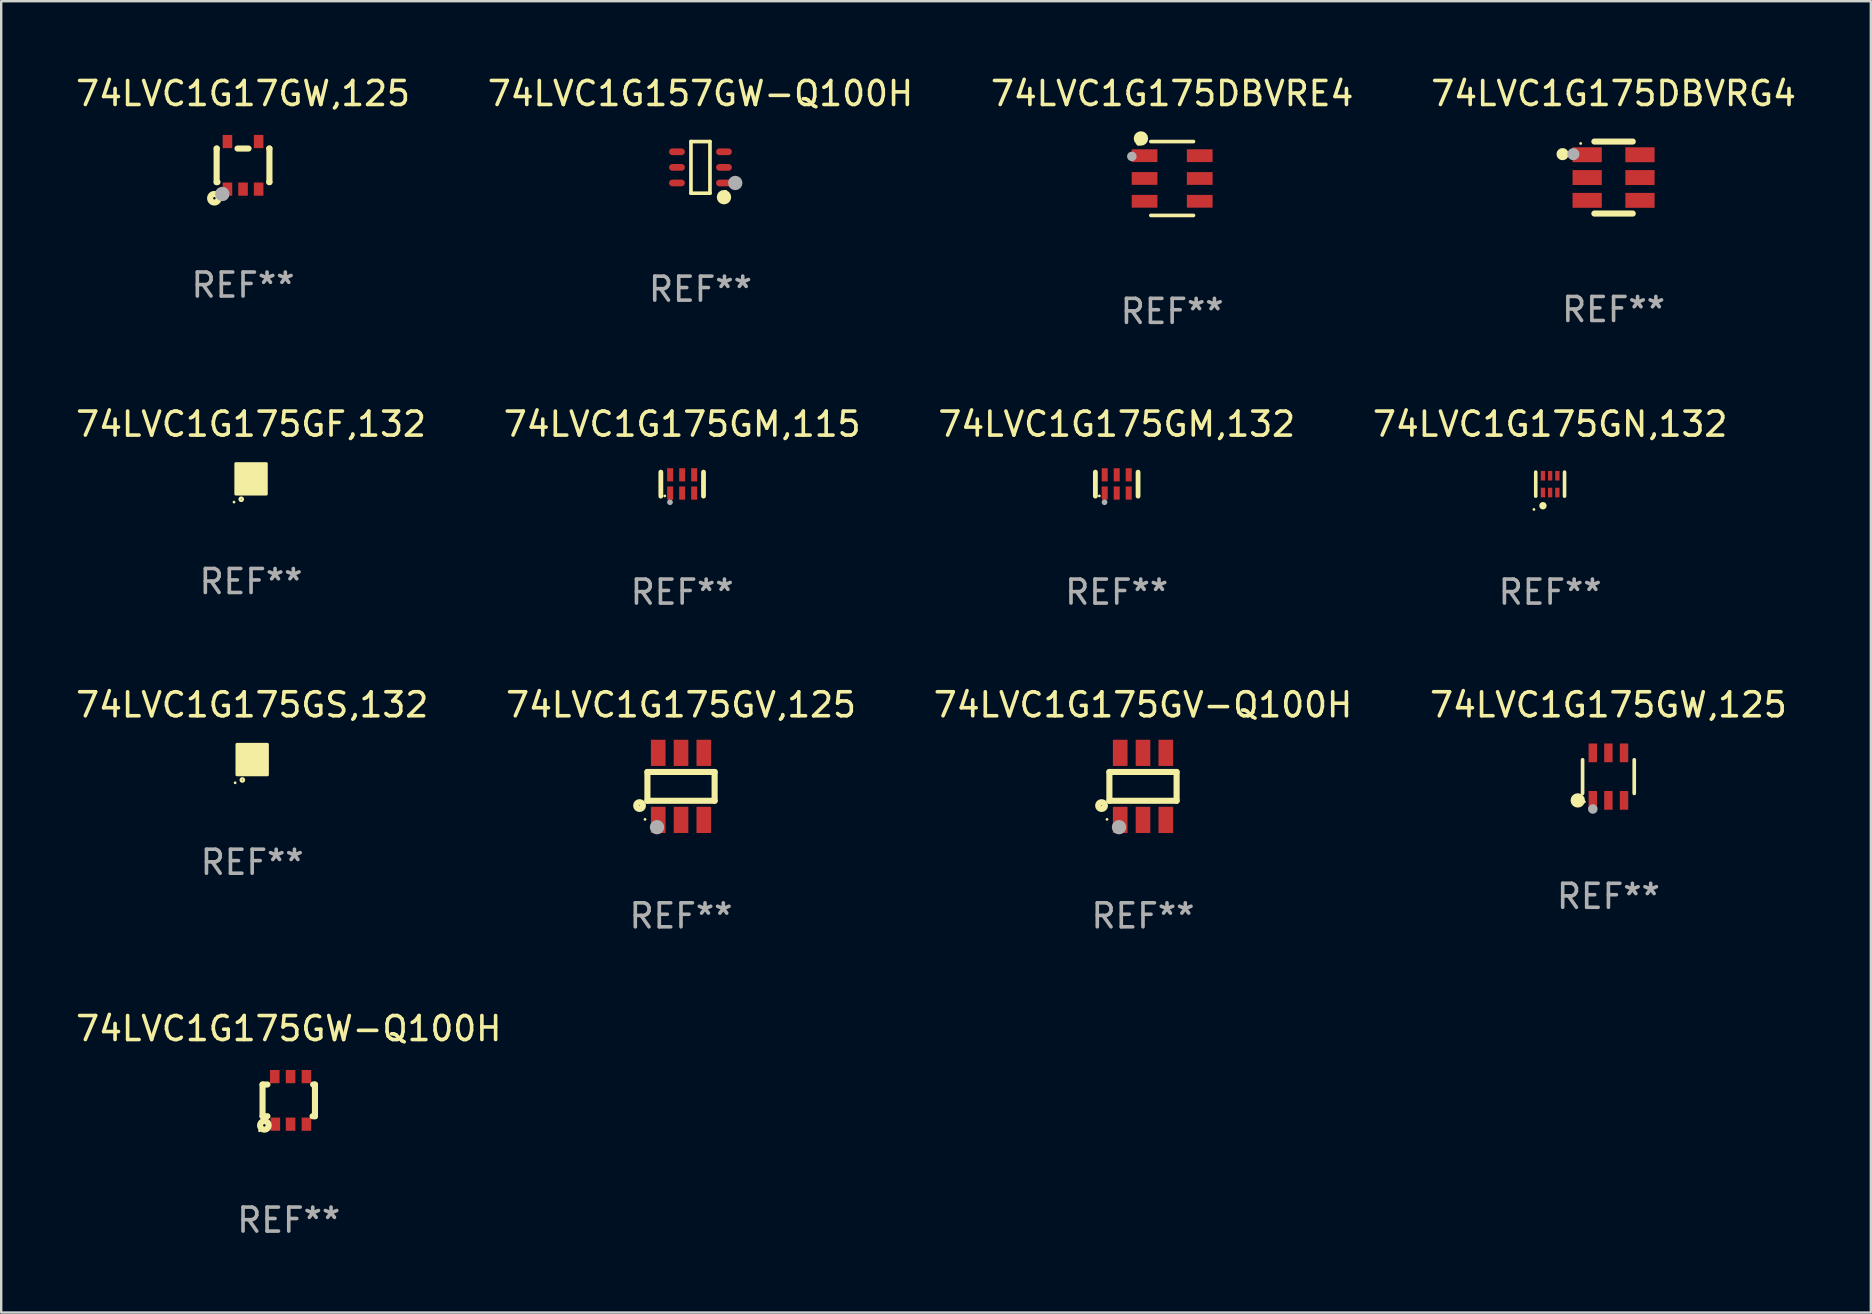
<source format=kicad_pcb>
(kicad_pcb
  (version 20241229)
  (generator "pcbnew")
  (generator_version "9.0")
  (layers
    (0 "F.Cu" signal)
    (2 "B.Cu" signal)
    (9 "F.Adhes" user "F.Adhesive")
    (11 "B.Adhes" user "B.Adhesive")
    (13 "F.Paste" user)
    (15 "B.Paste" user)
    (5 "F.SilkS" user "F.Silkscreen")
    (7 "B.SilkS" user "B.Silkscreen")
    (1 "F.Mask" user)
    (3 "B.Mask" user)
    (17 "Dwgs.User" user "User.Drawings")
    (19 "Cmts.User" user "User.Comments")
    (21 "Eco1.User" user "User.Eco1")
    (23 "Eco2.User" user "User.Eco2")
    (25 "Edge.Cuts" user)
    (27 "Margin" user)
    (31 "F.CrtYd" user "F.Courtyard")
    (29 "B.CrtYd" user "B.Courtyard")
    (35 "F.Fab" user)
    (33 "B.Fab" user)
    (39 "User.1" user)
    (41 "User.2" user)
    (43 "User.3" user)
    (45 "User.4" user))
  (footprint "74LVC1G175GV,125"
    (layer "F.Cu")
    (at 25.327 29.717)
    (property "Reference" "74LVC1G175GV,125" (at 0 -3.397 0) (layer "F.SilkS") (effects (font (size 1 1) (thickness 0.15))))
    (attr through_hole)
    (fp_line (start -1.4 -0.6) (end 1.4 -0.6) (stroke (width 0.254) (type solid)) (layer "F.SilkS"))
    (fp_line (start -1.4 0.6) (end -1.4 -0.6) (stroke (width 0.254) (type solid)) (layer "F.SilkS"))
    (fp_line (start -1.4 0.6) (end 1.4 0.6) (stroke (width 0.254) (type solid)) (layer "F.SilkS"))
    (fp_line (start 1.4 -0.6) (end 1.4 0.6) (stroke (width 0.254) (type solid)) (layer "F.SilkS"))
    (fp_circle (center -1.727 0.8) (end -1.585 0.8) (stroke (width 0.254) (type solid)) (fill no) (layer "F.SilkS"))
    (fp_circle (center -1.5 1.375) (end -1.47 1.375) (stroke (width 0.06) (type solid)) (fill no) (layer "F.SilkS"))
    (fp_circle (center -1 1.7) (end -0.85 1.7) (stroke (width 0.3) (type solid)) (fill no) (layer "F.Fab"))
    (fp_text user "REF**" (at 0 5.397 0) (layer "F.Fab") (effects (font (size 1 1) (thickness 0.15))))
    (pad "1" smd rect (at -0.95 1.397 180) (size 0.61 1.092) (layers "F.Cu" "F.Mask" "F.Paste"))
    (pad "2" smd rect (at 0 1.397 180) (size 0.61 1.092) (layers "F.Cu" "F.Mask" "F.Paste"))
    (pad "3" smd rect (at 0.95 1.397 180) (size 0.61 1.092) (layers "F.Cu" "F.Mask" "F.Paste"))
    (pad "4" smd rect (at 0.95 -1.397 180) (size 0.61 1.092) (layers "F.Cu" "F.Mask" "F.Paste"))
    (pad "5" smd rect (at 0 -1.397 180) (size 0.61 1.092) (layers "F.Cu" "F.Mask" "F.Paste"))
    (pad "6" smd rect (at -0.95 -1.397 180) (size 0.61 1.092) (layers "F.Cu" "F.Mask" "F.Paste")))
  (footprint "74LVC1G157GW-Q100H"
    (layer "F.Cu")
    (at 26.137 3.924)
    (property "Reference" "74LVC1G157GW-Q100H" (at 0 -3.076 0) (layer "F.SilkS") (effects (font (size 1 1) (thickness 0.15))))
    (attr through_hole)
    (fp_line (start -0.396 -1.076) (end 0.396 -1.076) (stroke (width 0.152) (type solid)) (layer "F.SilkS"))
    (fp_line (start -0.396 1.076) (end -0.396 -1.076) (stroke (width 0.152) (type solid)) (layer "F.SilkS"))
    (fp_line (start 0.396 -1.076) (end 0.396 1.076) (stroke (width 0.152) (type solid)) (layer "F.SilkS"))
    (fp_line (start 0.396 1.076) (end -0.396 1.076) (stroke (width 0.152) (type solid)) (layer "F.SilkS"))
    (fp_circle (center 0.98 1.242) (end 1.13 1.242) (stroke (width 0.3) (type solid)) (fill no) (layer "F.SilkS"))
    (fp_circle (center 1.05 1) (end 1.08 1) (stroke (width 0.06) (type solid)) (fill no) (layer "F.SilkS"))
    (fp_circle (center 1.45 0.65) (end 1.6 0.65) (stroke (width 0.3) (type solid)) (fill no) (layer "F.Fab"))
    (fp_text user "REF**" (at 0 5.076 0) (layer "F.Fab") (effects (font (size 1 1) (thickness 0.15))))
    (pad "1" smd oval (at 0.98 0.65 90) (size 0.28 0.66) (layers "F.Cu" "F.Mask" "F.Paste"))
    (pad "2" smd oval (at 0.98 0 90) (size 0.28 0.66) (layers "F.Cu" "F.Mask" "F.Paste"))
    (pad "3" smd oval (at 0.98 -0.65 90) (size 0.28 0.66) (layers "F.Cu" "F.Mask" "F.Paste"))
    (pad "4" smd oval (at -0.98 -0.65 90) (size 0.28 0.66) (layers "F.Cu" "F.Mask" "F.Paste"))
    (pad "5" smd oval (at -0.98 0 90) (size 0.28 0.66) (layers "F.Cu" "F.Mask" "F.Paste"))
    (pad "6" smd oval (at -0.98 0.65 90) (size 0.28 0.66) (layers "F.Cu" "F.Mask" "F.Paste")))
  (footprint "74LVC1G175GM,115"
    (layer "F.Cu")
    (at 25.375 17.123)
    (property "Reference" "74LVC1G175GM,115" (at 0 -2.5 0) (layer "F.SilkS") (effects (font (size 1 1) (thickness 0.15))))
    (attr through_hole)
    (fp_line (start -0.889 0.5) (end -0.889 -0.5) (stroke (width 0.2) (type solid)) (layer "F.SilkS"))
    (fp_line (start 0.889 0.5) (end 0.889 -0.5) (stroke (width 0.2) (type solid)) (layer "F.SilkS"))
    (fp_circle (center -0.725 0.492) (end -0.695 0.492) (stroke (width 0.06) (type solid)) (fill no) (layer "F.SilkS"))
    (fp_circle (center -0.508 0.754) (end -0.448 0.754) (stroke (width 0.12) (type solid)) (fill no) (layer "F.Fab"))
    (fp_text user "REF**" (at 0 4.5 0) (layer "F.Fab") (effects (font (size 1 1) (thickness 0.15))))
    (pad "1" smd rect (at -0.5 0.372) (size 0.25 0.55) (layers "F.Cu" "F.Mask" "F.Paste"))
    (pad "2" smd rect (at -0.000127 0.372) (size 0.25 0.55) (layers "F.Cu" "F.Mask" "F.Paste"))
    (pad "3" smd rect (at 0.5 0.372) (size 0.25 0.55) (layers "F.Cu" "F.Mask" "F.Paste"))
    (pad "4" smd rect (at 0.5 -0.388 180) (size 0.25 0.55) (layers "F.Cu" "F.Mask" "F.Paste"))
    (pad "5" smd rect (at -0.000127 -0.388 180) (size 0.25 0.55) (layers "F.Cu" "F.Mask" "F.Paste"))
    (pad "6" smd rect (at -0.5 -0.388 180) (size 0.25 0.55) (layers "F.Cu" "F.Mask" "F.Paste")))
  (footprint "74LVC1G175GS,132"
    (layer "F.Cu")
    (at 7.458 28.6)
    (property "Reference" "74LVC1G175GS,132" (at 0 -2.28 0) (layer "F.SilkS") (effects (font (size 1 1) (thickness 0.15))))
    (attr through_hole)
    (fp_circle (center -0.71 0.968) (end -0.68 0.968) (stroke (width 0.06) (type solid)) (fill no) (layer "F.SilkS"))
    (fp_circle (center -0.41 0.85) (end -0.342 0.85) (stroke (width 0.1) (type solid)) (fill no) (layer "F.SilkS"))
    (fp_poly (pts (xy -0.635 -0.635) (xy 0.635 -0.635) (xy 0.635 0.635) (xy -0.635 0.635)) (stroke (width 0.12) (type solid)) (fill yes) (layer "F.SilkS"))
    (fp_text user "REF**" (at 0 4.28 0) (layer "F.Fab") (effects (font (size 1 1) (thickness 0.15))))
    (pad "1" smd rect (at -0.35 0.28 90) (size 0.35 0.2) (layers "F.Cu" "F.Mask" "F.Paste"))
    (pad "2" smd rect (at 0 0.28 90) (size 0.35 0.2) (layers "F.Cu" "F.Mask" "F.Paste"))
    (pad "3" smd rect (at 0.35 0.28 90) (size 0.35 0.2) (layers "F.Cu" "F.Mask" "F.Paste"))
    (pad "4" smd rect (at 0.35 -0.28 90) (size 0.35 0.2) (layers "F.Cu" "F.Mask" "F.Paste"))
    (pad "5" smd rect (at 0 -0.28 90) (size 0.35 0.2) (layers "F.Cu" "F.Mask" "F.Paste"))
    (pad "6" smd rect (at -0.35 -0.28 90) (size 0.35 0.2) (layers "F.Cu" "F.Mask" "F.Paste")))
  (footprint "74LVC1G175GN,132"
    (layer "F.Cu")
    (at 61.542 17.123)
    (property "Reference" "74LVC1G175GN,132" (at 0 -2.5 0) (layer "F.SilkS") (effects (font (size 1 1) (thickness 0.15))))
    (attr through_hole)
    (fp_line (start -0.6 -0.5) (end -0.6 0.5) (stroke (width 0.15) (type solid)) (layer "F.SilkS"))
    (fp_line (start 0.6 0.5) (end 0.6 -0.5) (stroke (width 0.15) (type solid)) (layer "F.SilkS"))
    (fp_circle (center -0.675 1.055) (end -0.645 1.055) (stroke (width 0.06) (type solid)) (fill no) (layer "F.SilkS"))
    (fp_circle (center -0.3 0.9) (end -0.22 0.9) (stroke (width 0.15) (type solid)) (fill no) (layer "F.SilkS"))
    (fp_text user "REF**" (at 0 4.5 0) (layer "F.Fab") (effects (font (size 1 1) (thickness 0.15))))
    (pad "1" smd rect (at -0.3 0.35) (size 0.18 0.4) (layers "F.Cu" "F.Mask" "F.Paste"))
    (pad "2" smd rect (at 0.000025 0.35) (size 0.18 0.4) (layers "F.Cu" "F.Mask" "F.Paste"))
    (pad "3" smd rect (at 0.3 0.35) (size 0.18 0.4) (layers "F.Cu" "F.Mask" "F.Paste"))
    (pad "4" smd rect (at 0.3 -0.35) (size 0.18 0.4) (layers "F.Cu" "F.Mask" "F.Paste"))
    (pad "5" smd rect (at 0.000025 -0.35) (size 0.18 0.4) (layers "F.Cu" "F.Mask" "F.Paste"))
    (pad "6" smd rect (at -0.3 -0.35) (size 0.18 0.4) (layers "F.Cu" "F.Mask" "F.Paste")))
  (footprint "74LVC1G175GW,125"
    (layer "F.Cu")
    (at 63.97 29.31)
    (property "Reference" "74LVC1G175GW,125" (at 0 -2.99 0) (layer "F.SilkS") (effects (font (size 1 1) (thickness 0.15))))
    (attr through_hole)
    (fp_line (start -1.076 0.701) (end -1.076 -0.701) (stroke (width 0.152) (type solid)) (layer "F.SilkS"))
    (fp_line (start 1.076 0.701) (end 1.076 -0.701) (stroke (width 0.152) (type solid)) (layer "F.SilkS"))
    (fp_circle (center -1.277 0.992) (end -1.127 0.992) (stroke (width 0.3) (type solid)) (fill no) (layer "F.SilkS"))
    (fp_circle (center -1 1.05) (end -0.97 1.05) (stroke (width 0.06) (type solid)) (fill no) (layer "F.SilkS"))
    (fp_circle (center -0.65 1.35) (end -0.55 1.35) (stroke (width 0.2) (type solid)) (fill no) (layer "F.Fab"))
    (fp_text user "REF**" (at 0 4.99 0) (layer "F.Fab") (effects (font (size 1 1) (thickness 0.15))))
    (pad "1" smd rect (at -0.65 0.99) (size 0.35 0.78) (layers "F.Cu" "F.Mask" "F.Paste"))
    (pad "2" smd rect (at 0 0.99) (size 0.35 0.78) (layers "F.Cu" "F.Mask" "F.Paste"))
    (pad "3" smd rect (at 0.65 0.99) (size 0.35 0.78) (layers "F.Cu" "F.Mask" "F.Paste"))
    (pad "4" smd rect (at 0.65 -0.99) (size 0.35 0.78) (layers "F.Cu" "F.Mask" "F.Paste"))
    (pad "5" smd rect (at 0 -0.99) (size 0.35 0.78) (layers "F.Cu" "F.Mask" "F.Paste"))
    (pad "6" smd rect (at -0.65 -0.99) (size 0.35 0.78) (layers "F.Cu" "F.Mask" "F.Paste")))
  (footprint "74LVC1G175GW-Q100H"
    (layer "F.Cu")
    (at 8.982 42.801)
    (property "Reference" "74LVC1G175GW-Q100H" (at 0 -2.991 0) (layer "F.SilkS") (effects (font (size 1 1) (thickness 0.15))))
    (attr through_hole)
    (fp_line (start -1.092 -0.66) (end -0.889 -0.66) (stroke (width 0.254) (type solid)) (layer "F.SilkS"))
    (fp_line (start -1.092 0.66) (end -1.092 -0.66) (stroke (width 0.254) (type solid)) (layer "F.SilkS"))
    (fp_line (start -0.889 0.66) (end -1.092 0.66) (stroke (width 0.254) (type solid)) (layer "F.SilkS"))
    (fp_line (start 0.991 0.66) (end 1.092 0.66) (stroke (width 0.254) (type solid)) (layer "F.SilkS"))
    (fp_line (start 1.092 -0.66) (end 1.016 -0.66) (stroke (width 0.254) (type solid)) (layer "F.SilkS"))
    (fp_line (start 1.092 0.66) (end 1.092 -0.66) (stroke (width 0.254) (type solid)) (layer "F.SilkS"))
    (fp_circle (center -1.219 1.266) (end -1.189 1.266) (stroke (width 0.06) (type solid)) (fill no) (layer "F.SilkS"))
    (fp_circle (center -1.016 1.041) (end -0.965 1.041) (stroke (width 0.254) (type solid)) (fill no) (layer "F.SilkS"))
    (fp_text user "REF**" (at 0 4.991 0) (layer "F.Fab") (effects (font (size 1 1) (thickness 0.15))))
    (pad "1" smd rect (at -0.559 0.991 180) (size 0.399 0.551) (layers "F.Cu" "F.Mask" "F.Paste"))
    (pad "2" smd rect (at 0.076 0.991 180) (size 0.399 0.551) (layers "F.Cu" "F.Mask" "F.Paste"))
    (pad "3" smd rect (at 0.737 0.991 180) (size 0.399 0.551) (layers "F.Cu" "F.Mask" "F.Paste"))
    (pad "4" smd rect (at 0.737 -0.991 180) (size 0.399 0.551) (layers "F.Cu" "F.Mask" "F.Paste"))
    (pad "5" smd rect (at 0.076 -0.991 180) (size 0.399 0.551) (layers "F.Cu" "F.Mask" "F.Paste"))
    (pad "6" smd rect (at -0.584 -0.991 180) (size 0.399 0.551) (layers "F.Cu" "F.Mask" "F.Paste")))
  (footprint "74LVC1G175GV-Q100H"
    (layer "F.Cu")
    (at 44.577 29.717)
    (property "Reference" "74LVC1G175GV-Q100H" (at 0 -3.397 0) (layer "F.SilkS") (effects (font (size 1 1) (thickness 0.15))))
    (attr through_hole)
    (fp_line (start -1.4 -0.6) (end 1.4 -0.6) (stroke (width 0.254) (type solid)) (layer "F.SilkS"))
    (fp_line (start -1.4 0.6) (end -1.4 -0.6) (stroke (width 0.254) (type solid)) (layer "F.SilkS"))
    (fp_line (start -1.4 0.6) (end 1.4 0.6) (stroke (width 0.254) (type solid)) (layer "F.SilkS"))
    (fp_line (start 1.4 -0.6) (end 1.4 0.6) (stroke (width 0.254) (type solid)) (layer "F.SilkS"))
    (fp_circle (center -1.727 0.8) (end -1.585 0.8) (stroke (width 0.254) (type solid)) (fill no) (layer "F.SilkS"))
    (fp_circle (center -1.5 1.375) (end -1.47 1.375) (stroke (width 0.06) (type solid)) (fill no) (layer "F.SilkS"))
    (fp_circle (center -1 1.7) (end -0.85 1.7) (stroke (width 0.3) (type solid)) (fill no) (layer "F.Fab"))
    (fp_text user "REF**" (at 0 5.397 0) (layer "F.Fab") (effects (font (size 1 1) (thickness 0.15))))
    (pad "1" smd rect (at -0.95 1.397 180) (size 0.61 1.092) (layers "F.Cu" "F.Mask" "F.Paste"))
    (pad "2" smd rect (at 0 1.397 180) (size 0.61 1.092) (layers "F.Cu" "F.Mask" "F.Paste"))
    (pad "3" smd rect (at 0.95 1.397 180) (size 0.61 1.092) (layers "F.Cu" "F.Mask" "F.Paste"))
    (pad "4" smd rect (at 0.95 -1.397 180) (size 0.61 1.092) (layers "F.Cu" "F.Mask" "F.Paste"))
    (pad "5" smd rect (at 0 -1.397 180) (size 0.61 1.092) (layers "F.Cu" "F.Mask" "F.Paste"))
    (pad "6" smd rect (at -0.95 -1.397 180) (size 0.61 1.092) (layers "F.Cu" "F.Mask" "F.Paste")))
  (footprint "74LVC1G175DBVRE4"
    (layer "F.Cu")
    (at 45.792 4.387)
    (property "Reference" "74LVC1G175DBVRE4" (at 0 -3.539 0) (layer "F.SilkS") (effects (font (size 1 1) (thickness 0.15))))
    (attr through_hole)
    (fp_line (start -0.889 -1.539) (end 0.889 -1.539) (stroke (width 0.152) (type solid)) (layer "F.SilkS"))
    (fp_line (start -0.889 1.539) (end 0.889 1.539) (stroke (width 0.152) (type solid)) (layer "F.SilkS"))
    (fp_circle (center -1.4 -1.463) (end -1.35 -1.463) (stroke (width 0.1) (type solid)) (fill no) (layer "F.SilkS"))
    (fp_circle (center -1.301 -1.668) (end -1.151 -1.668) (stroke (width 0.3) (type solid)) (fill no) (layer "F.SilkS"))
    (fp_circle (center -1.68 -0.92) (end -1.58 -0.92) (stroke (width 0.2) (type solid)) (fill no) (layer "F.Fab"))
    (fp_text user "REF**" (at 0 5.539 0) (layer "F.Fab") (effects (font (size 1 1) (thickness 0.15))))
    (pad "1" smd rect (at -1.149 -0.95 270) (size 0.532 1.072) (layers "F.Cu" "F.Mask" "F.Paste"))
    (pad "2" smd rect (at -1.149 0.000102 270) (size 0.532 1.072) (layers "F.Cu" "F.Mask" "F.Paste"))
    (pad "3" smd rect (at -1.149 0.95 270) (size 0.532 1.072) (layers "F.Cu" "F.Mask" "F.Paste"))
    (pad "4" smd rect (at 1.149 0.95 270) (size 0.532 1.072) (layers "F.Cu" "F.Mask" "F.Paste"))
    (pad "5" smd rect (at 1.149 0.000102 270) (size 0.532 1.072) (layers "F.Cu" "F.Mask" "F.Paste"))
    (pad "6" smd rect (at 1.149 -0.95 270) (size 0.532 1.072) (layers "F.Cu" "F.Mask" "F.Paste")))
  (footprint "74LVC1G175DBVRG4"
    (layer "F.Cu")
    (at 64.185 4.348)
    (property "Reference" "74LVC1G175DBVRG4" (at 0 -3.5 0) (layer "F.SilkS") (effects (font (size 1 1) (thickness 0.15))))
    (attr through_hole)
    (fp_line (start -0.8 -1.5) (end 0.8 -1.5) (stroke (width 0.254) (type solid)) (layer "F.SilkS"))
    (fp_line (start 0.8 1.5) (end -0.8 1.5) (stroke (width 0.254) (type solid)) (layer "F.SilkS"))
    (fp_circle (center -2.125 -0.975) (end -1.998 -0.975) (stroke (width 0.254) (type solid)) (fill no) (layer "F.SilkS"))
    (fp_circle (center -1.37 -1.42) (end -1.34 -1.42) (stroke (width 0.06) (type solid)) (fill no) (layer "F.SilkS"))
    (fp_circle (center -1.675 -0.975) (end -1.548 -0.975) (stroke (width 0.254) (type solid)) (fill no) (layer "F.Fab"))
    (fp_text user "REF**" (at 0 5.5 0) (layer "F.Fab") (effects (font (size 1 1) (thickness 0.15))))
    (pad "1" smd rect (at -1.1 -0.95 180) (size 1.219 0.622) (layers "F.Cu" "F.Mask" "F.Paste"))
    (pad "2" smd rect (at -1.1 -0.000152 180) (size 1.219 0.622) (layers "F.Cu" "F.Mask" "F.Paste"))
    (pad "3" smd rect (at -1.1 0.95 180) (size 1.219 0.622) (layers "F.Cu" "F.Mask" "F.Paste"))
    (pad "4" smd rect (at 1.1 0.95) (size 1.219 0.622) (layers "F.Cu" "F.Mask" "F.Paste"))
    (pad "5" smd rect (at 1.1 -0.000152) (size 1.219 0.622) (layers "F.Cu" "F.Mask" "F.Paste"))
    (pad "6" smd rect (at 1.1 -0.95) (size 1.219 0.622) (layers "F.Cu" "F.Mask" "F.Paste")))
  (footprint "74LVC1G17GW,125"
    (layer "F.Cu")
    (at 7.077 3.839)
    (property "Reference" "74LVC1G17GW,125" (at 0 -2.991 0) (layer "F.SilkS") (effects (font (size 1 1) (thickness 0.15))))
    (attr through_hole)
    (fp_line (start -1.1 -0.7) (end -1.1 0.7) (stroke (width 0.254) (type solid)) (layer "F.SilkS"))
    (fp_line (start -1.1 -0.7) (end -1.09 -0.7) (stroke (width 0.254) (type solid)) (layer "F.SilkS"))
    (fp_line (start -1.1 0.7) (end -1.065 0.7) (stroke (width 0.254) (type solid)) (layer "F.SilkS"))
    (fp_line (start -0.23 -0.7) (end 0.23 -0.7) (stroke (width 0.254) (type solid)) (layer "F.SilkS"))
    (fp_line (start 1.09 -0.7) (end 1.1 -0.7) (stroke (width 0.254) (type solid)) (layer "F.SilkS"))
    (fp_line (start 1.09 0.7) (end 1.1 0.7) (stroke (width 0.254) (type solid)) (layer "F.SilkS"))
    (fp_line (start 1.1 -0.7) (end 1.1 0.7) (stroke (width 0.254) (type solid)) (layer "F.SilkS"))
    (fp_circle (center -1.194 1.372) (end -1.143 1.372) (stroke (width 0.254) (type solid)) (fill no) (layer "F.SilkS"))
    (fp_circle (center -1.05 1.063) (end -1.02 1.063) (stroke (width 0.06) (type solid)) (fill no) (layer "F.SilkS"))
    (fp_circle (center -0.864 1.194) (end -0.713 1.194) (stroke (width 0.3) (type solid)) (fill no) (layer "F.Fab"))
    (fp_text user "REF**" (at 0 4.991 0) (layer "F.Fab") (effects (font (size 1 1) (thickness 0.15))))
    (pad "1" smd rect (at -0.65 0.991 180) (size 0.399 0.551) (layers "F.Cu" "F.Mask" "F.Paste"))
    (pad "2" smd rect (at 0 0.991 180) (size 0.399 0.551) (layers "F.Cu" "F.Mask" "F.Paste"))
    (pad "3" smd rect (at 0.65 0.991 180) (size 0.399 0.551) (layers "F.Cu" "F.Mask" "F.Paste"))
    (pad "4" smd rect (at 0.65 -0.991 180) (size 0.399 0.551) (layers "F.Cu" "F.Mask" "F.Paste"))
    (pad "5" smd rect (at -0.65 -0.991 180) (size 0.399 0.551) (layers "F.Cu" "F.Mask" "F.Paste")))
  (footprint "74LVC1G175GM,132"
    (layer "F.Cu")
    (at 43.482 17.123)
    (property "Reference" "74LVC1G175GM,132" (at 0 -2.5 0) (layer "F.SilkS") (effects (font (size 1 1) (thickness 0.15))))
    (attr through_hole)
    (fp_line (start -0.889 0.5) (end -0.889 -0.5) (stroke (width 0.2) (type solid)) (layer "F.SilkS"))
    (fp_line (start 0.889 0.5) (end 0.889 -0.5) (stroke (width 0.2) (type solid)) (layer "F.SilkS"))
    (fp_circle (center -0.725 0.492) (end -0.695 0.492) (stroke (width 0.06) (type solid)) (fill no) (layer "F.SilkS"))
    (fp_circle (center -0.508 0.754) (end -0.448 0.754) (stroke (width 0.12) (type solid)) (fill no) (layer "F.Fab"))
    (fp_text user "REF**" (at 0 4.5 0) (layer "F.Fab") (effects (font (size 1 1) (thickness 0.15))))
    (pad "1" smd rect (at -0.5 0.372) (size 0.25 0.55) (layers "F.Cu" "F.Mask" "F.Paste"))
    (pad "2" smd rect (at -0.000127 0.372) (size 0.25 0.55) (layers "F.Cu" "F.Mask" "F.Paste"))
    (pad "3" smd rect (at 0.5 0.372) (size 0.25 0.55) (layers "F.Cu" "F.Mask" "F.Paste"))
    (pad "4" smd rect (at 0.5 -0.388 180) (size 0.25 0.55) (layers "F.Cu" "F.Mask" "F.Paste"))
    (pad "5" smd rect (at -0.000127 -0.388 180) (size 0.25 0.55) (layers "F.Cu" "F.Mask" "F.Paste"))
    (pad "6" smd rect (at -0.5 -0.388 180) (size 0.25 0.55) (layers "F.Cu" "F.Mask" "F.Paste")))
  (footprint "74LVC1G175GF,132"
    (layer "F.Cu")
    (at 7.411 16.903)
    (property "Reference" "74LVC1G175GF,132" (at 0 -2.28 0) (layer "F.SilkS") (effects (font (size 1 1) (thickness 0.15))))
    (attr through_hole)
    (fp_circle (center -0.71 0.968) (end -0.68 0.968) (stroke (width 0.06) (type solid)) (fill no) (layer "F.SilkS"))
    (fp_circle (center -0.41 0.85) (end -0.342 0.85) (stroke (width 0.1) (type solid)) (fill no) (layer "F.SilkS"))
    (fp_poly (pts (xy -0.635 -0.635) (xy 0.635 -0.635) (xy 0.635 0.635) (xy -0.635 0.635)) (stroke (width 0.12) (type solid)) (fill yes) (layer "F.SilkS"))
    (fp_text user "REF**" (at 0 4.28 0) (layer "F.Fab") (effects (font (size 1 1) (thickness 0.15))))
    (pad "1" smd rect (at -0.35 0.28 90) (size 0.35 0.2) (layers "F.Cu" "F.Mask" "F.Paste"))
    (pad "2" smd rect (at 0 0.28 90) (size 0.35 0.2) (layers "F.Cu" "F.Mask" "F.Paste"))
    (pad "3" smd rect (at 0.35 0.28 90) (size 0.35 0.2) (layers "F.Cu" "F.Mask" "F.Paste"))
    (pad "4" smd rect (at 0.35 -0.28 90) (size 0.35 0.2) (layers "F.Cu" "F.Mask" "F.Paste"))
    (pad "5" smd rect (at 0 -0.28 90) (size 0.35 0.2) (layers "F.Cu" "F.Mask" "F.Paste"))
    (pad "6" smd rect (at -0.35 -0.28 90) (size 0.35 0.2) (layers "F.Cu" "F.Mask" "F.Paste")))
  (gr_rect
    (start -3 -3)
    (end 74.905 51.64)
    (stroke (width 0.1) (type default))
    (fill no)
    (layer "Edge.Cuts")))
</source>
